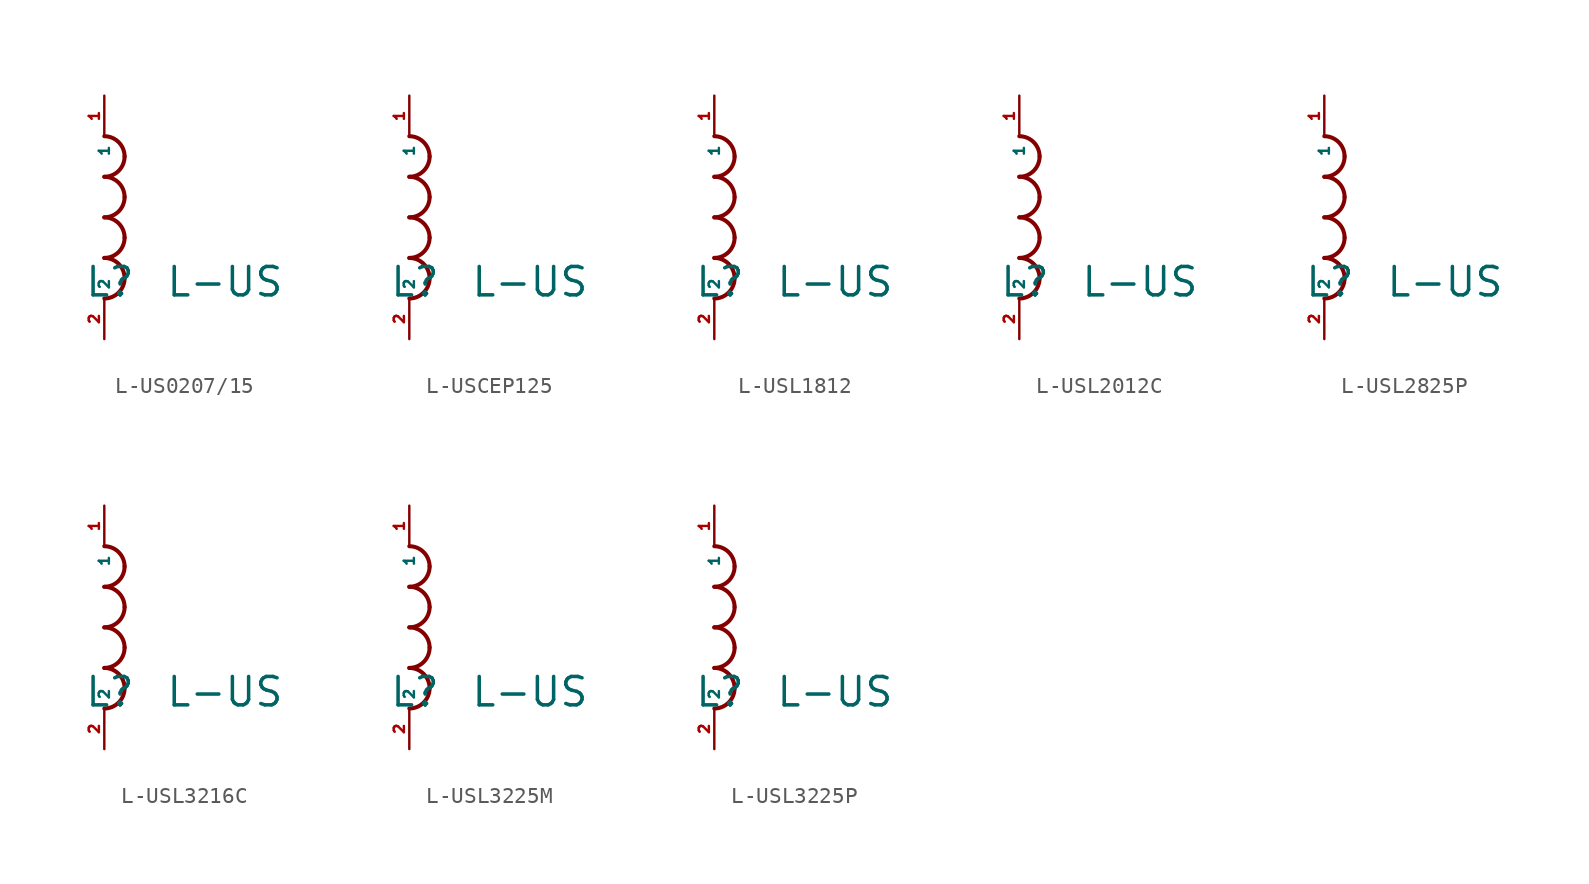
<source format=kicad_sym>
(kicad_symbol_lib
  (version 20220914)
  (generator Eagle2Kicad)
  (symbol "L-US0207/15"
    (property "Reference" "L"
      (at -1.27 -5.08 0)
      (effects (font (size 1.778 1.778) (thickness 0.22)) (justify left bottom)))
    (property "Value" "L-US"
      (at 3.81 -5.08 0)
      (effects (font (size 1.778 1.778) (thickness 0.22)) (justify left bottom)))
    (arc
      (start 1.27 3.81)
      (mid 0.898 4.708)
      (end 0 5.08)
      (stroke (width 0.254) (type default))
      (fill (type none)))
    (arc
      (start 0 2.54)
      (mid 0.898 2.912)
      (end 1.27 3.81)
      (stroke (width 0.254) (type default))
      (fill (type none)))
    (arc
      (start 1.27 1.27)
      (mid 0.898 2.168)
      (end 0 2.54)
      (stroke (width 0.254) (type default))
      (fill (type none)))
    (arc
      (start 0 0)
      (mid 0.898 0.372)
      (end 1.27 1.27)
      (stroke (width 0.254) (type default))
      (fill (type none)))
    (arc
      (start 1.27 -1.27)
      (mid 0.898 -0.372)
      (end 0 0)
      (stroke (width 0.254) (type default))
      (fill (type none)))
    (arc
      (start 0 -2.54)
      (mid 0.898 -2.168)
      (end 1.27 -1.27)
      (stroke (width 0.254) (type default))
      (fill (type none)))
    (arc
      (start 1.27 -3.81)
      (mid 0.898 -2.912)
      (end 0 -2.54)
      (stroke (width 0.254) (type default))
      (fill (type none)))
    (arc
      (start 0 -5.08)
      (mid 0.898 -4.708)
      (end 1.27 -3.81)
      (stroke (width 0.254) (type default))
      (fill (type none)))
    (pin passive line
      (at 0 -7.62 90)
      (length 2.54)
      (name "2" (effects (font (size 0.635 0.635) (thickness 0.08)) (justify left bottom)))
      (number "2" (effects (font (size 0.635 0.635) (thickness 0.08)) (justify left bottom))))
    (pin passive line
      (at 0 7.62 270)
      (length 2.54)
      (name "1" (effects (font (size 0.635 0.635) (thickness 0.08)) (justify left bottom)))
      (number "1" (effects (font (size 0.635 0.635) (thickness 0.08)) (justify left bottom)))))
  (symbol "L-USCEP125"
    (property "Reference" "L"
      (at -1.27 -5.08 0)
      (effects (font (size 1.778 1.778) (thickness 0.22)) (justify left bottom)))
    (property "Value" "L-US"
      (at 3.81 -5.08 0)
      (effects (font (size 1.778 1.778) (thickness 0.22)) (justify left bottom)))
    (arc
      (start 1.27 3.81)
      (mid 0.898 4.708)
      (end 0 5.08)
      (stroke (width 0.254) (type default))
      (fill (type none)))
    (arc
      (start 0 2.54)
      (mid 0.898 2.912)
      (end 1.27 3.81)
      (stroke (width 0.254) (type default))
      (fill (type none)))
    (arc
      (start 1.27 1.27)
      (mid 0.898 2.168)
      (end 0 2.54)
      (stroke (width 0.254) (type default))
      (fill (type none)))
    (arc
      (start 0 0)
      (mid 0.898 0.372)
      (end 1.27 1.27)
      (stroke (width 0.254) (type default))
      (fill (type none)))
    (arc
      (start 1.27 -1.27)
      (mid 0.898 -0.372)
      (end 0 0)
      (stroke (width 0.254) (type default))
      (fill (type none)))
    (arc
      (start 0 -2.54)
      (mid 0.898 -2.168)
      (end 1.27 -1.27)
      (stroke (width 0.254) (type default))
      (fill (type none)))
    (arc
      (start 1.27 -3.81)
      (mid 0.898 -2.912)
      (end 0 -2.54)
      (stroke (width 0.254) (type default))
      (fill (type none)))
    (arc
      (start 0 -5.08)
      (mid 0.898 -4.708)
      (end 1.27 -3.81)
      (stroke (width 0.254) (type default))
      (fill (type none)))
    (pin passive line
      (at 0 -7.62 90)
      (length 2.54)
      (name "2" (effects (font (size 0.635 0.635) (thickness 0.08)) (justify left bottom)))
      (number "2" (effects (font (size 0.635 0.635) (thickness 0.08)) (justify left bottom))))
    (pin passive line
      (at 0 7.62 270)
      (length 2.54)
      (name "1" (effects (font (size 0.635 0.635) (thickness 0.08)) (justify left bottom)))
      (number "1" (effects (font (size 0.635 0.635) (thickness 0.08)) (justify left bottom)))))
  (symbol "L-USL1812"
    (property "Reference" "L"
      (at -1.27 -5.08 0)
      (effects (font (size 1.778 1.778) (thickness 0.22)) (justify left bottom)))
    (property "Value" "L-US"
      (at 3.81 -5.08 0)
      (effects (font (size 1.778 1.778) (thickness 0.22)) (justify left bottom)))
    (arc
      (start 1.27 3.81)
      (mid 0.898 4.708)
      (end 0 5.08)
      (stroke (width 0.254) (type default))
      (fill (type none)))
    (arc
      (start 0 2.54)
      (mid 0.898 2.912)
      (end 1.27 3.81)
      (stroke (width 0.254) (type default))
      (fill (type none)))
    (arc
      (start 1.27 1.27)
      (mid 0.898 2.168)
      (end 0 2.54)
      (stroke (width 0.254) (type default))
      (fill (type none)))
    (arc
      (start 0 0)
      (mid 0.898 0.372)
      (end 1.27 1.27)
      (stroke (width 0.254) (type default))
      (fill (type none)))
    (arc
      (start 1.27 -1.27)
      (mid 0.898 -0.372)
      (end 0 0)
      (stroke (width 0.254) (type default))
      (fill (type none)))
    (arc
      (start 0 -2.54)
      (mid 0.898 -2.168)
      (end 1.27 -1.27)
      (stroke (width 0.254) (type default))
      (fill (type none)))
    (arc
      (start 1.27 -3.81)
      (mid 0.898 -2.912)
      (end 0 -2.54)
      (stroke (width 0.254) (type default))
      (fill (type none)))
    (arc
      (start 0 -5.08)
      (mid 0.898 -4.708)
      (end 1.27 -3.81)
      (stroke (width 0.254) (type default))
      (fill (type none)))
    (pin passive line
      (at 0 -7.62 90)
      (length 2.54)
      (name "2" (effects (font (size 0.635 0.635) (thickness 0.08)) (justify left bottom)))
      (number "2" (effects (font (size 0.635 0.635) (thickness 0.08)) (justify left bottom))))
    (pin passive line
      (at 0 7.62 270)
      (length 2.54)
      (name "1" (effects (font (size 0.635 0.635) (thickness 0.08)) (justify left bottom)))
      (number "1" (effects (font (size 0.635 0.635) (thickness 0.08)) (justify left bottom)))))
  (symbol "L-USL2012C"
    (property "Reference" "L"
      (at -1.27 -5.08 0)
      (effects (font (size 1.778 1.778) (thickness 0.22)) (justify left bottom)))
    (property "Value" "L-US"
      (at 3.81 -5.08 0)
      (effects (font (size 1.778 1.778) (thickness 0.22)) (justify left bottom)))
    (arc
      (start 1.27 3.81)
      (mid 0.898 4.708)
      (end 0 5.08)
      (stroke (width 0.254) (type default))
      (fill (type none)))
    (arc
      (start 0 2.54)
      (mid 0.898 2.912)
      (end 1.27 3.81)
      (stroke (width 0.254) (type default))
      (fill (type none)))
    (arc
      (start 1.27 1.27)
      (mid 0.898 2.168)
      (end 0 2.54)
      (stroke (width 0.254) (type default))
      (fill (type none)))
    (arc
      (start 0 0)
      (mid 0.898 0.372)
      (end 1.27 1.27)
      (stroke (width 0.254) (type default))
      (fill (type none)))
    (arc
      (start 1.27 -1.27)
      (mid 0.898 -0.372)
      (end 0 0)
      (stroke (width 0.254) (type default))
      (fill (type none)))
    (arc
      (start 0 -2.54)
      (mid 0.898 -2.168)
      (end 1.27 -1.27)
      (stroke (width 0.254) (type default))
      (fill (type none)))
    (arc
      (start 1.27 -3.81)
      (mid 0.898 -2.912)
      (end 0 -2.54)
      (stroke (width 0.254) (type default))
      (fill (type none)))
    (arc
      (start 0 -5.08)
      (mid 0.898 -4.708)
      (end 1.27 -3.81)
      (stroke (width 0.254) (type default))
      (fill (type none)))
    (pin passive line
      (at 0 -7.62 90)
      (length 2.54)
      (name "2" (effects (font (size 0.635 0.635) (thickness 0.08)) (justify left bottom)))
      (number "2" (effects (font (size 0.635 0.635) (thickness 0.08)) (justify left bottom))))
    (pin passive line
      (at 0 7.62 270)
      (length 2.54)
      (name "1" (effects (font (size 0.635 0.635) (thickness 0.08)) (justify left bottom)))
      (number "1" (effects (font (size 0.635 0.635) (thickness 0.08)) (justify left bottom)))))
  (symbol "L-USL2825P"
    (property "Reference" "L"
      (at -1.27 -5.08 0)
      (effects (font (size 1.778 1.778) (thickness 0.22)) (justify left bottom)))
    (property "Value" "L-US"
      (at 3.81 -5.08 0)
      (effects (font (size 1.778 1.778) (thickness 0.22)) (justify left bottom)))
    (arc
      (start 1.27 3.81)
      (mid 0.898 4.708)
      (end 0 5.08)
      (stroke (width 0.254) (type default))
      (fill (type none)))
    (arc
      (start 0 2.54)
      (mid 0.898 2.912)
      (end 1.27 3.81)
      (stroke (width 0.254) (type default))
      (fill (type none)))
    (arc
      (start 1.27 1.27)
      (mid 0.898 2.168)
      (end 0 2.54)
      (stroke (width 0.254) (type default))
      (fill (type none)))
    (arc
      (start 0 0)
      (mid 0.898 0.372)
      (end 1.27 1.27)
      (stroke (width 0.254) (type default))
      (fill (type none)))
    (arc
      (start 1.27 -1.27)
      (mid 0.898 -0.372)
      (end 0 0)
      (stroke (width 0.254) (type default))
      (fill (type none)))
    (arc
      (start 0 -2.54)
      (mid 0.898 -2.168)
      (end 1.27 -1.27)
      (stroke (width 0.254) (type default))
      (fill (type none)))
    (arc
      (start 1.27 -3.81)
      (mid 0.898 -2.912)
      (end 0 -2.54)
      (stroke (width 0.254) (type default))
      (fill (type none)))
    (arc
      (start 0 -5.08)
      (mid 0.898 -4.708)
      (end 1.27 -3.81)
      (stroke (width 0.254) (type default))
      (fill (type none)))
    (pin passive line
      (at 0 -7.62 90)
      (length 2.54)
      (name "2" (effects (font (size 0.635 0.635) (thickness 0.08)) (justify left bottom)))
      (number "2" (effects (font (size 0.635 0.635) (thickness 0.08)) (justify left bottom))))
    (pin passive line
      (at 0 7.62 270)
      (length 2.54)
      (name "1" (effects (font (size 0.635 0.635) (thickness 0.08)) (justify left bottom)))
      (number "1" (effects (font (size 0.635 0.635) (thickness 0.08)) (justify left bottom)))))
  (symbol "L-USL3216C"
    (property "Reference" "L"
      (at -1.27 -5.08 0)
      (effects (font (size 1.778 1.778) (thickness 0.22)) (justify left bottom)))
    (property "Value" "L-US"
      (at 3.81 -5.08 0)
      (effects (font (size 1.778 1.778) (thickness 0.22)) (justify left bottom)))
    (arc
      (start 1.27 3.81)
      (mid 0.898 4.708)
      (end 0 5.08)
      (stroke (width 0.254) (type default))
      (fill (type none)))
    (arc
      (start 0 2.54)
      (mid 0.898 2.912)
      (end 1.27 3.81)
      (stroke (width 0.254) (type default))
      (fill (type none)))
    (arc
      (start 1.27 1.27)
      (mid 0.898 2.168)
      (end 0 2.54)
      (stroke (width 0.254) (type default))
      (fill (type none)))
    (arc
      (start 0 0)
      (mid 0.898 0.372)
      (end 1.27 1.27)
      (stroke (width 0.254) (type default))
      (fill (type none)))
    (arc
      (start 1.27 -1.27)
      (mid 0.898 -0.372)
      (end 0 0)
      (stroke (width 0.254) (type default))
      (fill (type none)))
    (arc
      (start 0 -2.54)
      (mid 0.898 -2.168)
      (end 1.27 -1.27)
      (stroke (width 0.254) (type default))
      (fill (type none)))
    (arc
      (start 1.27 -3.81)
      (mid 0.898 -2.912)
      (end 0 -2.54)
      (stroke (width 0.254) (type default))
      (fill (type none)))
    (arc
      (start 0 -5.08)
      (mid 0.898 -4.708)
      (end 1.27 -3.81)
      (stroke (width 0.254) (type default))
      (fill (type none)))
    (pin passive line
      (at 0 -7.62 90)
      (length 2.54)
      (name "2" (effects (font (size 0.635 0.635) (thickness 0.08)) (justify left bottom)))
      (number "2" (effects (font (size 0.635 0.635) (thickness 0.08)) (justify left bottom))))
    (pin passive line
      (at 0 7.62 270)
      (length 2.54)
      (name "1" (effects (font (size 0.635 0.635) (thickness 0.08)) (justify left bottom)))
      (number "1" (effects (font (size 0.635 0.635) (thickness 0.08)) (justify left bottom)))))
  (symbol "L-USL3225M"
    (property "Reference" "L"
      (at -1.27 -5.08 0)
      (effects (font (size 1.778 1.778) (thickness 0.22)) (justify left bottom)))
    (property "Value" "L-US"
      (at 3.81 -5.08 0)
      (effects (font (size 1.778 1.778) (thickness 0.22)) (justify left bottom)))
    (arc
      (start 1.27 3.81)
      (mid 0.898 4.708)
      (end 0 5.08)
      (stroke (width 0.254) (type default))
      (fill (type none)))
    (arc
      (start 0 2.54)
      (mid 0.898 2.912)
      (end 1.27 3.81)
      (stroke (width 0.254) (type default))
      (fill (type none)))
    (arc
      (start 1.27 1.27)
      (mid 0.898 2.168)
      (end 0 2.54)
      (stroke (width 0.254) (type default))
      (fill (type none)))
    (arc
      (start 0 0)
      (mid 0.898 0.372)
      (end 1.27 1.27)
      (stroke (width 0.254) (type default))
      (fill (type none)))
    (arc
      (start 1.27 -1.27)
      (mid 0.898 -0.372)
      (end 0 0)
      (stroke (width 0.254) (type default))
      (fill (type none)))
    (arc
      (start 0 -2.54)
      (mid 0.898 -2.168)
      (end 1.27 -1.27)
      (stroke (width 0.254) (type default))
      (fill (type none)))
    (arc
      (start 1.27 -3.81)
      (mid 0.898 -2.912)
      (end 0 -2.54)
      (stroke (width 0.254) (type default))
      (fill (type none)))
    (arc
      (start 0 -5.08)
      (mid 0.898 -4.708)
      (end 1.27 -3.81)
      (stroke (width 0.254) (type default))
      (fill (type none)))
    (pin passive line
      (at 0 -7.62 90)
      (length 2.54)
      (name "2" (effects (font (size 0.635 0.635) (thickness 0.08)) (justify left bottom)))
      (number "2" (effects (font (size 0.635 0.635) (thickness 0.08)) (justify left bottom))))
    (pin passive line
      (at 0 7.62 270)
      (length 2.54)
      (name "1" (effects (font (size 0.635 0.635) (thickness 0.08)) (justify left bottom)))
      (number "1" (effects (font (size 0.635 0.635) (thickness 0.08)) (justify left bottom)))))
  (symbol "L-USL3225P"
    (property "Reference" "L"
      (at -1.27 -5.08 0)
      (effects (font (size 1.778 1.778) (thickness 0.22)) (justify left bottom)))
    (property "Value" "L-US"
      (at 3.81 -5.08 0)
      (effects (font (size 1.778 1.778) (thickness 0.22)) (justify left bottom)))
    (arc
      (start 1.27 3.81)
      (mid 0.898 4.708)
      (end 0 5.08)
      (stroke (width 0.254) (type default))
      (fill (type none)))
    (arc
      (start 0 2.54)
      (mid 0.898 2.912)
      (end 1.27 3.81)
      (stroke (width 0.254) (type default))
      (fill (type none)))
    (arc
      (start 1.27 1.27)
      (mid 0.898 2.168)
      (end 0 2.54)
      (stroke (width 0.254) (type default))
      (fill (type none)))
    (arc
      (start 0 0)
      (mid 0.898 0.372)
      (end 1.27 1.27)
      (stroke (width 0.254) (type default))
      (fill (type none)))
    (arc
      (start 1.27 -1.27)
      (mid 0.898 -0.372)
      (end 0 0)
      (stroke (width 0.254) (type default))
      (fill (type none)))
    (arc
      (start 0 -2.54)
      (mid 0.898 -2.168)
      (end 1.27 -1.27)
      (stroke (width 0.254) (type default))
      (fill (type none)))
    (arc
      (start 1.27 -3.81)
      (mid 0.898 -2.912)
      (end 0 -2.54)
      (stroke (width 0.254) (type default))
      (fill (type none)))
    (arc
      (start 0 -5.08)
      (mid 0.898 -4.708)
      (end 1.27 -3.81)
      (stroke (width 0.254) (type default))
      (fill (type none)))
    (pin passive line
      (at 0 -7.62 90)
      (length 2.54)
      (name "2" (effects (font (size 0.635 0.635) (thickness 0.08)) (justify left bottom)))
      (number "2" (effects (font (size 0.635 0.635) (thickness 0.08)) (justify left bottom))))
    (pin passive line
      (at 0 7.62 270)
      (length 2.54)
      (name "1" (effects (font (size 0.635 0.635) (thickness 0.08)) (justify left bottom)))
      (number "1" (effects (font (size 0.635 0.635) (thickness 0.08)) (justify left bottom))))))
</source>
